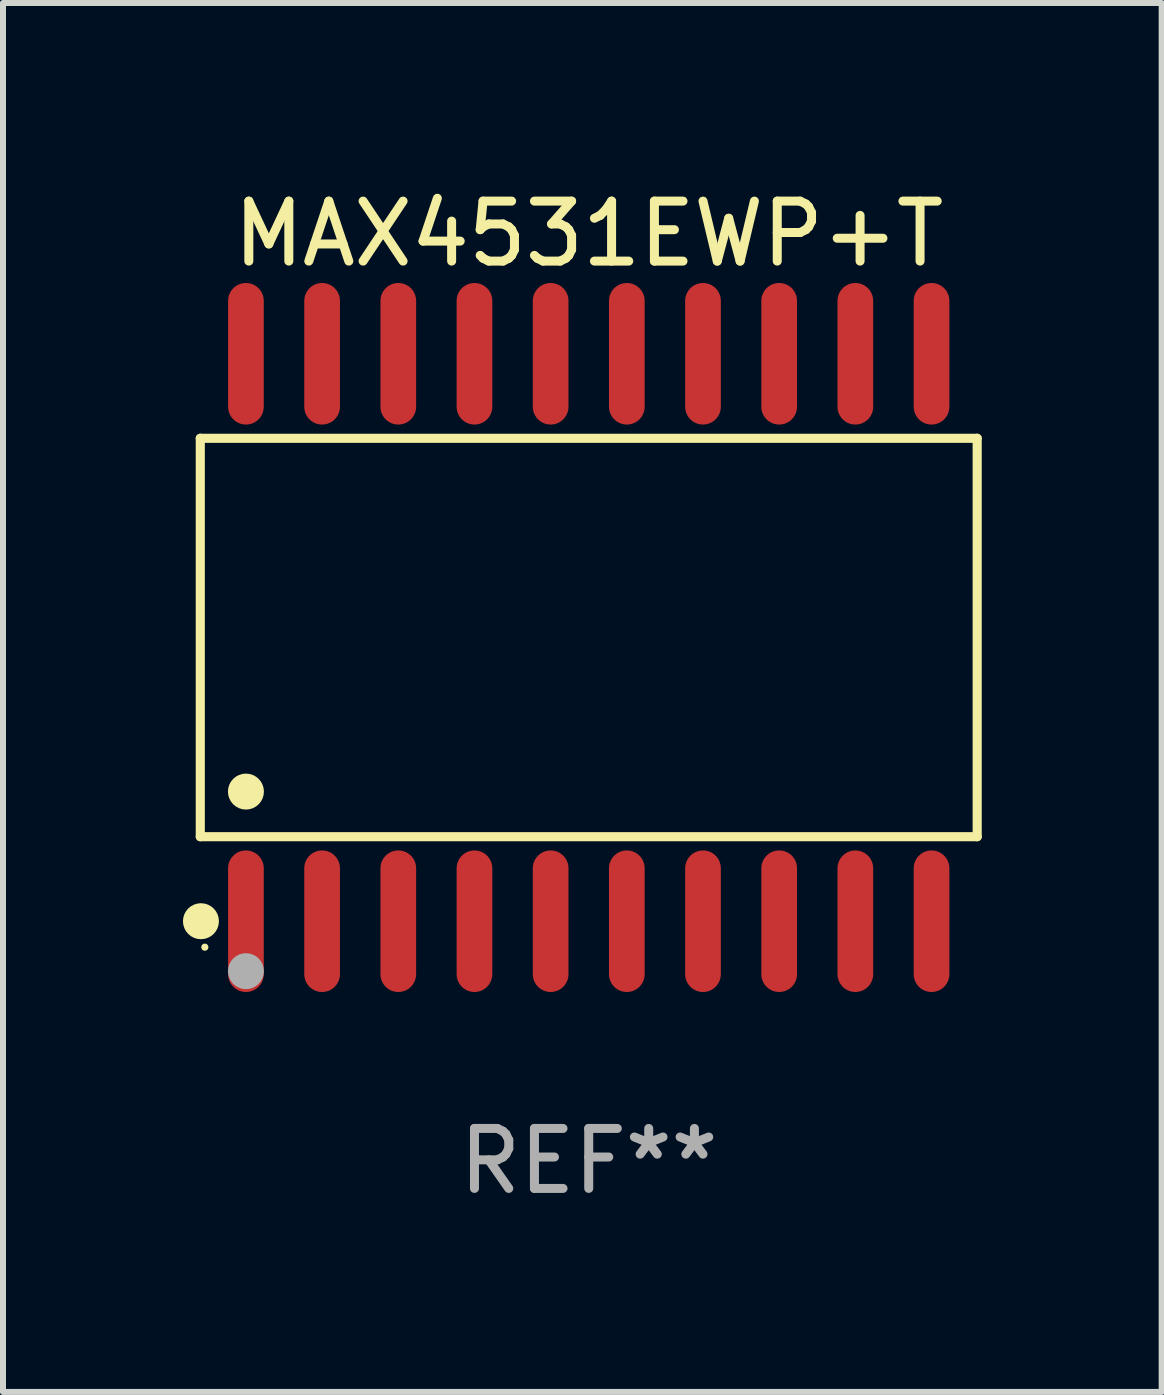
<source format=kicad_pcb>
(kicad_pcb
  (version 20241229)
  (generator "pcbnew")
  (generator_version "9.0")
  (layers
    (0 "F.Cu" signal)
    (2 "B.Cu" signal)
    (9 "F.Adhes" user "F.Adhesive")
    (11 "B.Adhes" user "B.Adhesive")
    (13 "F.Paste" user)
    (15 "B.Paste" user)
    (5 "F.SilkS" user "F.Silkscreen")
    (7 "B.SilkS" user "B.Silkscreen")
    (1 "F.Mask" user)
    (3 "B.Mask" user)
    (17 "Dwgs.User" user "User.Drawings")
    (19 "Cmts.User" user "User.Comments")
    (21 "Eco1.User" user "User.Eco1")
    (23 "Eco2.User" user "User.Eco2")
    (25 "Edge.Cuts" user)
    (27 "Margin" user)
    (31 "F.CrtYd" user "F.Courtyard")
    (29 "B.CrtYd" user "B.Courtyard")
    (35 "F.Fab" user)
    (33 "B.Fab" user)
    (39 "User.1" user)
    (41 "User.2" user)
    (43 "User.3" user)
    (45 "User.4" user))
  (footprint "MAX4531EWP+T"
    (layer "F.Cu")
    (at 6.765 7.578)
    (property "Reference" "MAX4531EWP+T" (at 0 -6.73 0) (layer "F.SilkS") (effects (font (size 1 1) (thickness 0.15))))
    (attr through_hole)
    (fp_line (start -6.476 -3.321) (end 6.476 -3.321) (stroke (width 0.152) (type solid)) (layer "F.SilkS"))
    (fp_line (start -6.476 3.321) (end -6.476 -3.321) (stroke (width 0.152) (type solid)) (layer "F.SilkS"))
    (fp_line (start 6.476 -3.321) (end 6.476 3.321) (stroke (width 0.152) (type solid)) (layer "F.SilkS"))
    (fp_line (start 6.476 3.321) (end -6.476 3.321) (stroke (width 0.152) (type solid)) (layer "F.SilkS"))
    (fp_circle (center -6.465 4.73) (end -6.315 4.73) (stroke (width 0.3) (type solid)) (fill no) (layer "F.SilkS"))
    (fp_circle (center -6.4 5.163) (end -6.37 5.163) (stroke (width 0.06) (type solid)) (fill no) (layer "F.SilkS"))
    (fp_circle (center -5.715 2.569) (end -5.565 2.569) (stroke (width 0.3) (type solid)) (fill no) (layer "F.SilkS"))
    (fp_circle (center -5.715 5.563) (end -5.565 5.563) (stroke (width 0.3) (type solid)) (fill no) (layer "F.Fab"))
    (fp_text user "REF**" (at 0 8.73 0) (layer "F.Fab") (effects (font (size 1 1) (thickness 0.15))))
    (pad "1" smd oval (at -5.715 4.73) (size 0.595 2.36) (layers "F.Cu" "F.Mask" "F.Paste"))
    (pad "2" smd oval (at -4.445 4.73) (size 0.595 2.36) (layers "F.Cu" "F.Mask" "F.Paste"))
    (pad "3" smd oval (at -3.175 4.73) (size 0.595 2.36) (layers "F.Cu" "F.Mask" "F.Paste"))
    (pad "4" smd oval (at -1.905 4.73) (size 0.595 2.36) (layers "F.Cu" "F.Mask" "F.Paste"))
    (pad "5" smd oval (at -0.635 4.73) (size 0.595 2.36) (layers "F.Cu" "F.Mask" "F.Paste"))
    (pad "6" smd oval (at 0.635 4.73) (size 0.595 2.36) (layers "F.Cu" "F.Mask" "F.Paste"))
    (pad "7" smd oval (at 1.905 4.73) (size 0.595 2.36) (layers "F.Cu" "F.Mask" "F.Paste"))
    (pad "8" smd oval (at 3.175 4.73) (size 0.595 2.36) (layers "F.Cu" "F.Mask" "F.Paste"))
    (pad "9" smd oval (at 4.445 4.73) (size 0.595 2.36) (layers "F.Cu" "F.Mask" "F.Paste"))
    (pad "10" smd oval (at 5.715 4.73) (size 0.595 2.36) (layers "F.Cu" "F.Mask" "F.Paste"))
    (pad "11" smd oval (at 5.715 -4.73) (size 0.595 2.36) (layers "F.Cu" "F.Mask" "F.Paste"))
    (pad "12" smd oval (at 4.445 -4.73) (size 0.595 2.36) (layers "F.Cu" "F.Mask" "F.Paste"))
    (pad "13" smd oval (at 3.175 -4.73) (size 0.595 2.36) (layers "F.Cu" "F.Mask" "F.Paste"))
    (pad "14" smd oval (at 1.905 -4.73) (size 0.595 2.36) (layers "F.Cu" "F.Mask" "F.Paste"))
    (pad "15" smd oval (at 0.635 -4.73) (size 0.595 2.36) (layers "F.Cu" "F.Mask" "F.Paste"))
    (pad "16" smd oval (at -0.635 -4.73) (size 0.595 2.36) (layers "F.Cu" "F.Mask" "F.Paste"))
    (pad "17" smd oval (at -1.905 -4.73) (size 0.595 2.36) (layers "F.Cu" "F.Mask" "F.Paste"))
    (pad "18" smd oval (at -3.175 -4.73) (size 0.595 2.36) (layers "F.Cu" "F.Mask" "F.Paste"))
    (pad "19" smd oval (at -4.445 -4.73) (size 0.595 2.36) (layers "F.Cu" "F.Mask" "F.Paste"))
    (pad "20" smd oval (at -5.715 -4.73) (size 0.595 2.36) (layers "F.Cu" "F.Mask" "F.Paste")))
  (gr_rect
    (start -3 -3)
    (end 16.317 20.156)
    (stroke (width 0.1) (type default))
    (fill no)
    (layer "Edge.Cuts")))
</source>
